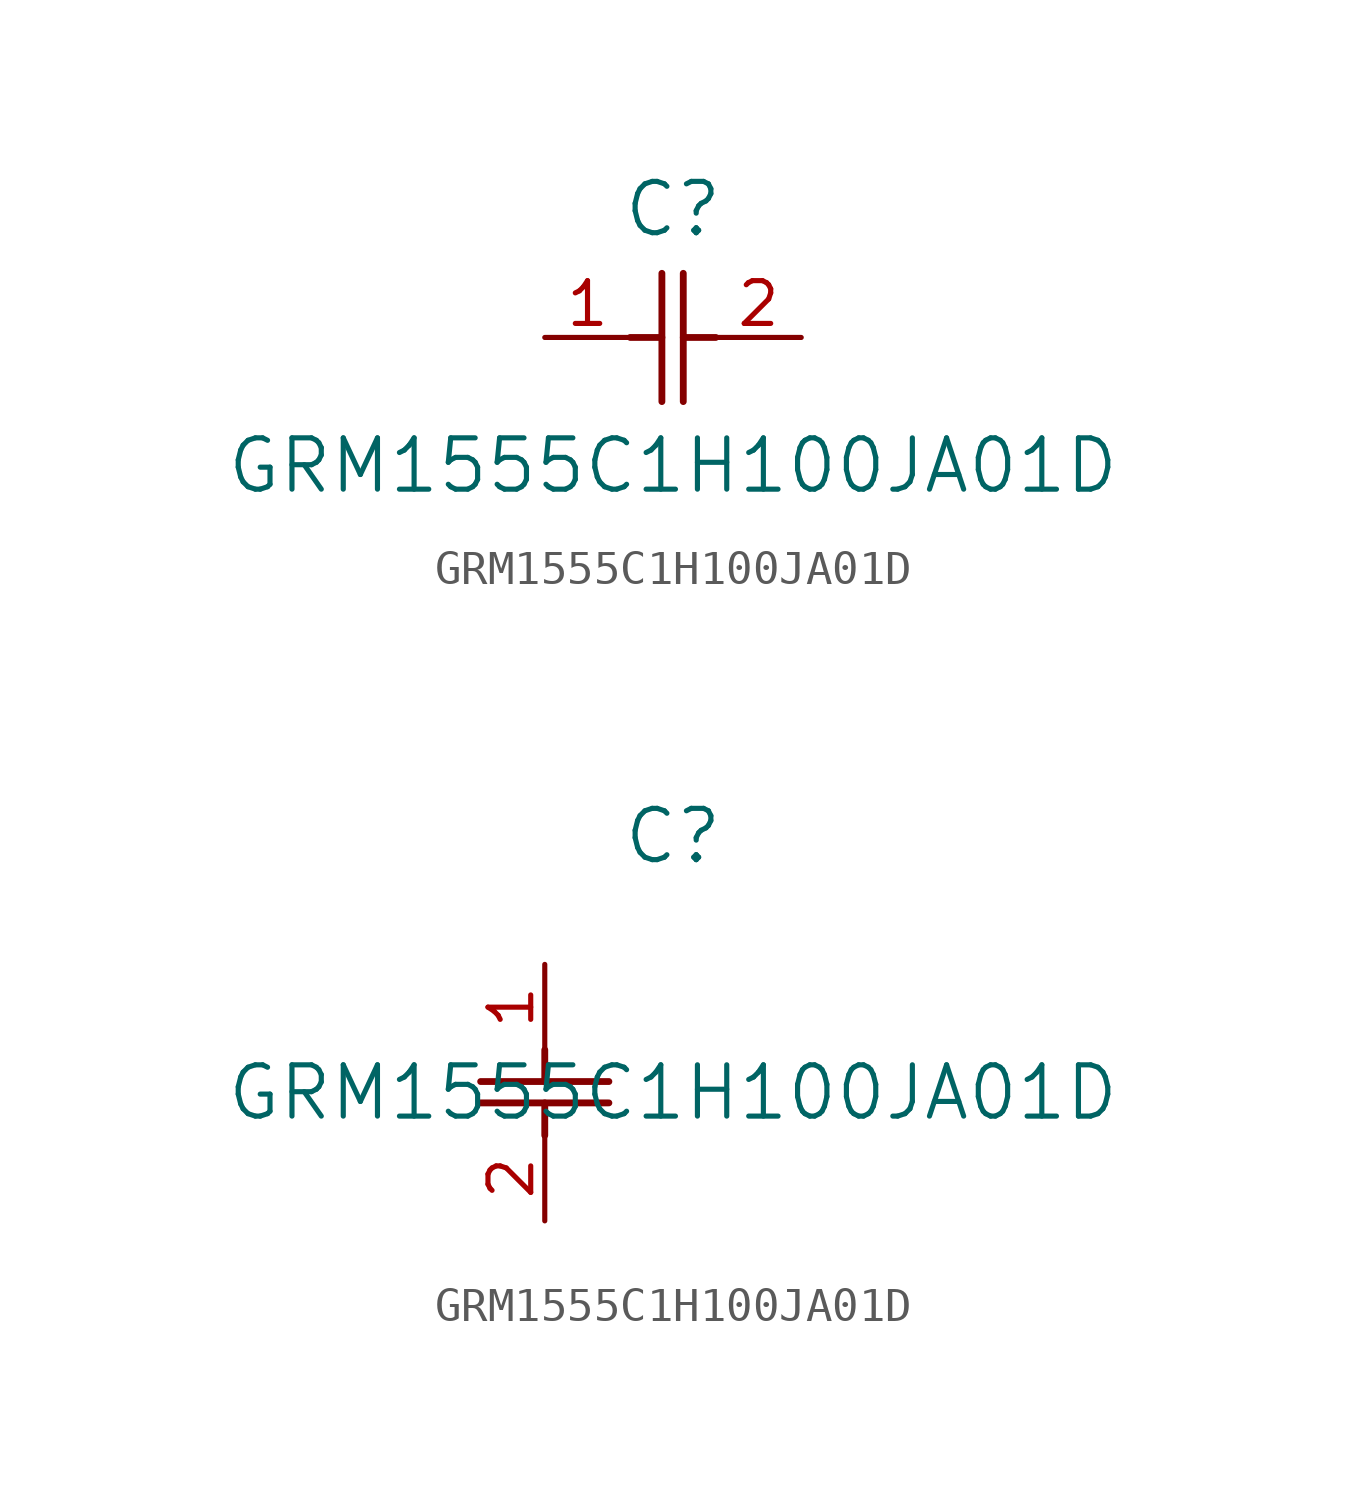
<source format=kicad_sym>
(kicad_symbol_lib
  (version 20211014)
  (generator kicad_symbol_editor)
  (symbol "GRM1555C1H100JA01D"
    (pin_names
      (offset 0.254))
    (property "Reference" "C"
      (at 3.81 3.81 0)
      (effects (font (size 1.524 1.524))))
    (property "Value" "GRM1555C1H100JA01D"
      (at 3.81 -3.81 0)
      (effects (font (size 1.524 1.524))))
    (symbol "GRM1555C1H100JA01D_1_1"
      (polyline (pts (xy 3.48 -1.905) (xy 3.48 1.905)) (stroke (width 0.203) (type default) (color 0 0 0 0)) (fill (type none)))
      (polyline (pts (xy 4.115 -1.905) (xy 4.115 1.905)) (stroke (width 0.203) (type default) (color 0 0 0 0)) (fill (type none)))
      (polyline (pts (xy 4.115 0) (xy 5.08 0)) (stroke (width 0.203) (type default) (color 0 0 0 0)) (fill (type none)))
      (polyline (pts (xy 2.54 0) (xy 3.48 0)) (stroke (width 0.203) (type default) (color 0 0 0 0)) (fill (type none)))
      (pin unspecified line (at 0 0 0) (length 2.54) (name "" (effects (font (size 1.27 1.27)))) (number "1" (effects (font (size 1.27 1.27)))))
      (pin unspecified line (at 7.62 0 180) (length 2.54) (name "" (effects (font (size 1.27 1.27)))) (number "2" (effects (font (size 1.27 1.27))))))
    (symbol "GRM1555C1H100JA01D_1_2"
      (polyline (pts (xy -1.905 -3.48) (xy 1.905 -3.48)) (stroke (width 0.203) (type default) (color 0 0 0 0)) (fill (type none)))
      (polyline (pts (xy -1.905 -4.115) (xy 1.905 -4.115)) (stroke (width 0.203) (type default) (color 0 0 0 0)) (fill (type none)))
      (polyline (pts (xy 0 -4.115) (xy 0 -5.08)) (stroke (width 0.203) (type default) (color 0 0 0 0)) (fill (type none)))
      (polyline (pts (xy 0 -2.54) (xy 0 -3.48)) (stroke (width 0.203) (type default) (color 0 0 0 0)) (fill (type none)))
      (pin unspecified line (at 0 0 270) (length 2.54) (name "" (effects (font (size 1.27 1.27)))) (number "1" (effects (font (size 1.27 1.27)))))
      (pin unspecified line (at 0 -7.62 90) (length 2.54) (name "" (effects (font (size 1.27 1.27)))) (number "2" (effects (font (size 1.27 1.27))))))))
</source>
